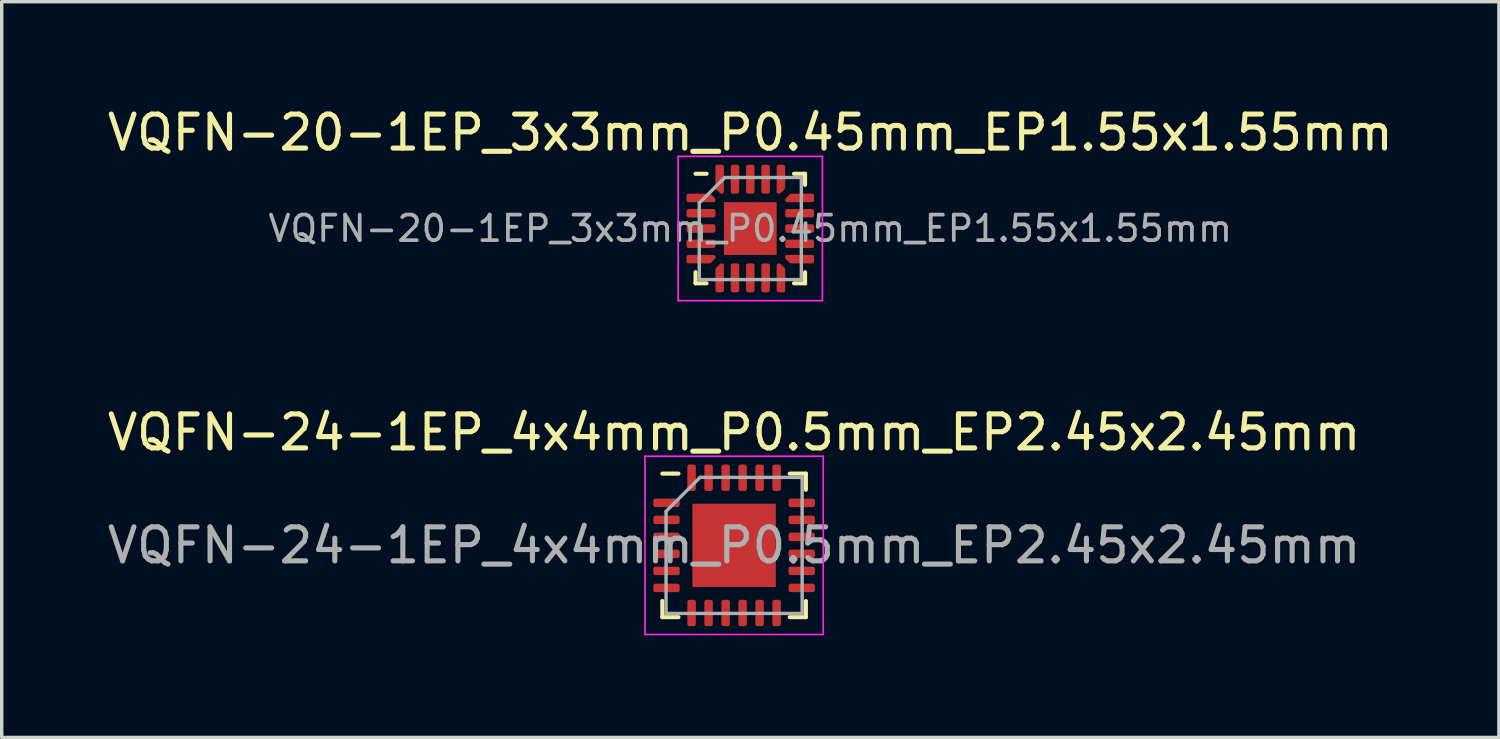
<source format=kicad_pcb>
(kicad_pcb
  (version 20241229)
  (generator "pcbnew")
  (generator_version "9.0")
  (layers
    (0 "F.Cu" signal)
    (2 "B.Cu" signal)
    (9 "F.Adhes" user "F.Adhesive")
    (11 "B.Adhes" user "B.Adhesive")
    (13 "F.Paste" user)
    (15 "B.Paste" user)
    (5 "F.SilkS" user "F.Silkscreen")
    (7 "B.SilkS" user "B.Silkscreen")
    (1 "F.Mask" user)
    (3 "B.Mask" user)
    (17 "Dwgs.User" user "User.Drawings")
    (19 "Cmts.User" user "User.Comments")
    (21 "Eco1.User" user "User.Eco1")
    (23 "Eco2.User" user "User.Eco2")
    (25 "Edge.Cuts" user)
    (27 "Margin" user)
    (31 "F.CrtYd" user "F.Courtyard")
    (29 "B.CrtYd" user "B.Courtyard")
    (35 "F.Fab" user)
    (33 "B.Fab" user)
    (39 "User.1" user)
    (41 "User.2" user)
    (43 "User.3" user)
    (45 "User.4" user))
  (footprint "VQFN-24-1EP_4x4mm_P0.5mm_EP2.45x2.45mm"
    (layer "F.Cu")
    (at 18.53 12.982)
    (property "Reference" "VQFN-24-1EP_4x4mm_P0.5mm_EP2.45x2.45mm" (at 0 -3.32 0) (layer "F.SilkS") (effects (font (size 1 1) (thickness 0.15))))
    (attr smd)
    (fp_line (start -2.11 2.11) (end -2.11 1.635) (stroke (width 0.12) (type solid)) (layer "F.SilkS"))
    (fp_line (start -1.635 -2.11) (end -2.11 -2.11) (stroke (width 0.12) (type solid)) (layer "F.SilkS"))
    (fp_line (start -1.635 2.11) (end -2.11 2.11) (stroke (width 0.12) (type solid)) (layer "F.SilkS"))
    (fp_line (start 1.635 -2.11) (end 2.11 -2.11) (stroke (width 0.12) (type solid)) (layer "F.SilkS"))
    (fp_line (start 1.635 2.11) (end 2.11 2.11) (stroke (width 0.12) (type solid)) (layer "F.SilkS"))
    (fp_line (start 2.11 -2.11) (end 2.11 -1.635) (stroke (width 0.12) (type solid)) (layer "F.SilkS"))
    (fp_line (start 2.11 2.11) (end 2.11 1.635) (stroke (width 0.12) (type solid)) (layer "F.SilkS"))
    (fp_line (start -2.62 -2.62) (end -2.62 2.62) (stroke (width 0.05) (type solid)) (layer "F.CrtYd"))
    (fp_line (start -2.62 2.62) (end 2.62 2.62) (stroke (width 0.05) (type solid)) (layer "F.CrtYd"))
    (fp_line (start 2.62 -2.62) (end -2.62 -2.62) (stroke (width 0.05) (type solid)) (layer "F.CrtYd"))
    (fp_line (start 2.62 2.62) (end 2.62 -2.62) (stroke (width 0.05) (type solid)) (layer "F.CrtYd"))
    (fp_line (start -2 -1) (end -1 -2) (stroke (width 0.1) (type solid)) (layer "F.Fab"))
    (fp_line (start -2 2) (end -2 -1) (stroke (width 0.1) (type solid)) (layer "F.Fab"))
    (fp_line (start -1 -2) (end 2 -2) (stroke (width 0.1) (type solid)) (layer "F.Fab"))
    (fp_line (start 2 -2) (end 2 2) (stroke (width 0.1) (type solid)) (layer "F.Fab"))
    (fp_line (start 2 2) (end -2 2) (stroke (width 0.1) (type solid)) (layer "F.Fab"))
    (fp_text user "${REFERENCE}" (at 0 0 0) (layer "F.Fab") (effects (font (size 1 1) (thickness 0.15))))
    (pad "" smd roundrect (at -0.82 -0.82) (size 0.66 0.66) (layers "F.Paste") (roundrect_rratio 0.25))
    (pad "" smd roundrect (at -0.82 0) (size 0.66 0.66) (layers "F.Paste") (roundrect_rratio 0.25))
    (pad "" smd roundrect (at -0.82 0.82) (size 0.66 0.66) (layers "F.Paste") (roundrect_rratio 0.25))
    (pad "" smd roundrect (at 0 -0.82) (size 0.66 0.66) (layers "F.Paste") (roundrect_rratio 0.25))
    (pad "" smd roundrect (at 0 0) (size 0.66 0.66) (layers "F.Paste") (roundrect_rratio 0.25))
    (pad "" smd roundrect (at 0 0.82) (size 0.66 0.66) (layers "F.Paste") (roundrect_rratio 0.25))
    (pad "" smd roundrect (at 0.82 -0.82) (size 0.66 0.66) (layers "F.Paste") (roundrect_rratio 0.25))
    (pad "" smd roundrect (at 0.82 0) (size 0.66 0.66) (layers "F.Paste") (roundrect_rratio 0.25))
    (pad "" smd roundrect (at 0.82 0.82) (size 0.66 0.66) (layers "F.Paste") (roundrect_rratio 0.25))
    (pad "1" smd roundrect (at -1.988 -1.25) (size 0.775 0.25) (layers "F.Cu" "F.Mask" "F.Paste") (roundrect_rratio 0.25))
    (pad "2" smd roundrect (at -1.988 -0.75) (size 0.775 0.25) (layers "F.Cu" "F.Mask" "F.Paste") (roundrect_rratio 0.25))
    (pad "3" smd roundrect (at -1.988 -0.25) (size 0.775 0.25) (layers "F.Cu" "F.Mask" "F.Paste") (roundrect_rratio 0.25))
    (pad "4" smd roundrect (at -1.988 0.25) (size 0.775 0.25) (layers "F.Cu" "F.Mask" "F.Paste") (roundrect_rratio 0.25))
    (pad "5" smd roundrect (at -1.988 0.75) (size 0.775 0.25) (layers "F.Cu" "F.Mask" "F.Paste") (roundrect_rratio 0.25))
    (pad "6" smd roundrect (at -1.988 1.25) (size 0.775 0.25) (layers "F.Cu" "F.Mask" "F.Paste") (roundrect_rratio 0.25))
    (pad "7" smd roundrect (at -1.25 1.988) (size 0.25 0.775) (layers "F.Cu" "F.Mask" "F.Paste") (roundrect_rratio 0.25))
    (pad "8" smd roundrect (at -0.75 1.988) (size 0.25 0.775) (layers "F.Cu" "F.Mask" "F.Paste") (roundrect_rratio 0.25))
    (pad "9" smd roundrect (at -0.25 1.988) (size 0.25 0.775) (layers "F.Cu" "F.Mask" "F.Paste") (roundrect_rratio 0.25))
    (pad "10" smd roundrect (at 0.25 1.988) (size 0.25 0.775) (layers "F.Cu" "F.Mask" "F.Paste") (roundrect_rratio 0.25))
    (pad "11" smd roundrect (at 0.75 1.988) (size 0.25 0.775) (layers "F.Cu" "F.Mask" "F.Paste") (roundrect_rratio 0.25))
    (pad "12" smd roundrect (at 1.25 1.988) (size 0.25 0.775) (layers "F.Cu" "F.Mask" "F.Paste") (roundrect_rratio 0.25))
    (pad "13" smd roundrect (at 1.988 1.25) (size 0.775 0.25) (layers "F.Cu" "F.Mask" "F.Paste") (roundrect_rratio 0.25))
    (pad "14" smd roundrect (at 1.988 0.75) (size 0.775 0.25) (layers "F.Cu" "F.Mask" "F.Paste") (roundrect_rratio 0.25))
    (pad "15" smd roundrect (at 1.988 0.25) (size 0.775 0.25) (layers "F.Cu" "F.Mask" "F.Paste") (roundrect_rratio 0.25))
    (pad "16" smd roundrect (at 1.988 -0.25) (size 0.775 0.25) (layers "F.Cu" "F.Mask" "F.Paste") (roundrect_rratio 0.25))
    (pad "17" smd roundrect (at 1.988 -0.75) (size 0.775 0.25) (layers "F.Cu" "F.Mask" "F.Paste") (roundrect_rratio 0.25))
    (pad "18" smd roundrect (at 1.988 -1.25) (size 0.775 0.25) (layers "F.Cu" "F.Mask" "F.Paste") (roundrect_rratio 0.25))
    (pad "19" smd roundrect (at 1.25 -1.988) (size 0.25 0.775) (layers "F.Cu" "F.Mask" "F.Paste") (roundrect_rratio 0.25))
    (pad "20" smd roundrect (at 0.75 -1.988) (size 0.25 0.775) (layers "F.Cu" "F.Mask" "F.Paste") (roundrect_rratio 0.25))
    (pad "21" smd roundrect (at 0.25 -1.988) (size 0.25 0.775) (layers "F.Cu" "F.Mask" "F.Paste") (roundrect_rratio 0.25))
    (pad "22" smd roundrect (at -0.25 -1.988) (size 0.25 0.775) (layers "F.Cu" "F.Mask" "F.Paste") (roundrect_rratio 0.25))
    (pad "23" smd roundrect (at -0.75 -1.988) (size 0.25 0.775) (layers "F.Cu" "F.Mask" "F.Paste") (roundrect_rratio 0.25))
    (pad "24" smd roundrect (at -1.25 -1.988) (size 0.25 0.775) (layers "F.Cu" "F.Mask" "F.Paste") (roundrect_rratio 0.25))
    (pad "25" smd rect (at 0 0) (size 2.45 2.45) (layers "F.Cu" "F.Mask")))
  (footprint "VQFN-20-1EP_3x3mm_P0.45mm_EP1.55x1.55mm"
    (layer "F.Cu")
    (at 19.006 3.668)
    (property "Reference" "VQFN-20-1EP_3x3mm_P0.45mm_EP1.55x1.55mm" (at 0 -2.82 0) (layer "F.SilkS") (effects (font (size 1 1) (thickness 0.15))))
    (attr smd)
    (fp_line (start -1.61 1.61) (end -1.61 1.285) (stroke (width 0.12) (type solid)) (layer "F.SilkS"))
    (fp_line (start -1.285 -1.61) (end -1.61 -1.61) (stroke (width 0.12) (type solid)) (layer "F.SilkS"))
    (fp_line (start -1.285 1.61) (end -1.61 1.61) (stroke (width 0.12) (type solid)) (layer "F.SilkS"))
    (fp_line (start 1.285 -1.61) (end 1.61 -1.61) (stroke (width 0.12) (type solid)) (layer "F.SilkS"))
    (fp_line (start 1.285 1.61) (end 1.61 1.61) (stroke (width 0.12) (type solid)) (layer "F.SilkS"))
    (fp_line (start 1.61 -1.61) (end 1.61 -1.285) (stroke (width 0.12) (type solid)) (layer "F.SilkS"))
    (fp_line (start 1.61 1.61) (end 1.61 1.285) (stroke (width 0.12) (type solid)) (layer "F.SilkS"))
    (fp_line (start -2.12 -2.12) (end -2.12 2.12) (stroke (width 0.05) (type solid)) (layer "F.CrtYd"))
    (fp_line (start -2.12 2.12) (end 2.12 2.12) (stroke (width 0.05) (type solid)) (layer "F.CrtYd"))
    (fp_line (start 2.12 -2.12) (end -2.12 -2.12) (stroke (width 0.05) (type solid)) (layer "F.CrtYd"))
    (fp_line (start 2.12 2.12) (end 2.12 -2.12) (stroke (width 0.05) (type solid)) (layer "F.CrtYd"))
    (fp_line (start -1.5 -0.75) (end -0.75 -1.5) (stroke (width 0.1) (type solid)) (layer "F.Fab"))
    (fp_line (start -1.5 1.5) (end -1.5 -0.75) (stroke (width 0.1) (type solid)) (layer "F.Fab"))
    (fp_line (start -0.75 -1.5) (end 1.5 -1.5) (stroke (width 0.1) (type solid)) (layer "F.Fab"))
    (fp_line (start 1.5 -1.5) (end 1.5 1.5) (stroke (width 0.1) (type solid)) (layer "F.Fab"))
    (fp_line (start 1.5 1.5) (end -1.5 1.5) (stroke (width 0.1) (type solid)) (layer "F.Fab"))
    (fp_text user "${REFERENCE}" (at 0 0 0) (layer "F.Fab") (effects (font (size 0.75 0.75) (thickness 0.11))))
    (pad "" smd roundrect (at -0.39 -0.39) (size 0.62 0.62) (layers "F.Paste") (roundrect_rratio 0.25))
    (pad "" smd roundrect (at -0.39 0.39) (size 0.62 0.62) (layers "F.Paste") (roundrect_rratio 0.25))
    (pad "" smd roundrect (at 0.39 -0.39) (size 0.62 0.62) (layers "F.Paste") (roundrect_rratio 0.25))
    (pad "" smd roundrect (at 0.39 0.39) (size 0.62 0.62) (layers "F.Paste") (roundrect_rratio 0.25))
    (pad "1" smd custom (at -1.45 -0.9) (size 0.144 0.144) (layers "F.Cu" "F.Mask" "F.Paste") (options (anchor circle)) (primitives (gr_poly (pts (xy 0.375 0.046) (xy 0.375 0.075) (xy -0.375 0.075) (xy -0.375 -0.075) (xy 0.254 -0.075)) (width 0.1) (fill yes))))
    (pad "2" smd roundrect (at -1.45 -0.45) (size 0.85 0.25) (layers "F.Cu" "F.Mask" "F.Paste") (roundrect_rratio 0.25))
    (pad "3" smd roundrect (at -1.45 0) (size 0.85 0.25) (layers "F.Cu" "F.Mask" "F.Paste") (roundrect_rratio 0.25))
    (pad "4" smd roundrect (at -1.45 0.45) (size 0.85 0.25) (layers "F.Cu" "F.Mask" "F.Paste") (roundrect_rratio 0.25))
    (pad "5" smd custom (at -1.45 0.9) (size 0.144 0.144) (layers "F.Cu" "F.Mask" "F.Paste") (options (anchor circle)) (primitives (gr_poly (pts (xy 0.375 -0.046) (xy 0.254 0.075) (xy -0.375 0.075) (xy -0.375 -0.075) (xy 0.375 -0.075)) (width 0.1) (fill yes))))
    (pad "6" smd custom (at -0.9 1.45) (size 0.144 0.144) (layers "F.Cu" "F.Mask" "F.Paste") (options (anchor circle)) (primitives (gr_poly (pts (xy 0.075 0.375) (xy -0.075 0.375) (xy -0.075 -0.254) (xy 0.046 -0.375) (xy 0.075 -0.375)) (width 0.1) (fill yes))))
    (pad "7" smd roundrect (at -0.45 1.45) (size 0.25 0.85) (layers "F.Cu" "F.Mask" "F.Paste") (roundrect_rratio 0.25))
    (pad "8" smd roundrect (at 0 1.45) (size 0.25 0.85) (layers "F.Cu" "F.Mask" "F.Paste") (roundrect_rratio 0.25))
    (pad "9" smd roundrect (at 0.45 1.45) (size 0.25 0.85) (layers "F.Cu" "F.Mask" "F.Paste") (roundrect_rratio 0.25))
    (pad "10" smd custom (at 0.9 1.45) (size 0.144 0.144) (layers "F.Cu" "F.Mask" "F.Paste") (options (anchor circle)) (primitives (gr_poly (pts (xy 0.075 -0.254) (xy 0.075 0.375) (xy -0.075 0.375) (xy -0.075 -0.375) (xy -0.046 -0.375)) (width 0.1) (fill yes))))
    (pad "11" smd custom (at 1.45 0.9) (size 0.144 0.144) (layers "F.Cu" "F.Mask" "F.Paste") (options (anchor circle)) (primitives (gr_poly (pts (xy 0.375 0.075) (xy -0.254 0.075) (xy -0.375 -0.046) (xy -0.375 -0.075) (xy 0.375 -0.075)) (width 0.1) (fill yes))))
    (pad "12" smd roundrect (at 1.45 0.45) (size 0.85 0.25) (layers "F.Cu" "F.Mask" "F.Paste") (roundrect_rratio 0.25))
    (pad "13" smd roundrect (at 1.45 0) (size 0.85 0.25) (layers "F.Cu" "F.Mask" "F.Paste") (roundrect_rratio 0.25))
    (pad "14" smd roundrect (at 1.45 -0.45) (size 0.85 0.25) (layers "F.Cu" "F.Mask" "F.Paste") (roundrect_rratio 0.25))
    (pad "15" smd custom (at 1.45 -0.9) (size 0.144 0.144) (layers "F.Cu" "F.Mask" "F.Paste") (options (anchor circle)) (primitives (gr_poly (pts (xy 0.375 0.075) (xy -0.375 0.075) (xy -0.375 0.046) (xy -0.254 -0.075) (xy 0.375 -0.075)) (width 0.1) (fill yes))))
    (pad "16" smd custom (at 0.9 -1.45) (size 0.144 0.144) (layers "F.Cu" "F.Mask" "F.Paste") (options (anchor circle)) (primitives (gr_poly (pts (xy 0.075 0.254) (xy -0.046 0.375) (xy -0.075 0.375) (xy -0.075 -0.375) (xy 0.075 -0.375)) (width 0.1) (fill yes))))
    (pad "17" smd roundrect (at 0.45 -1.45) (size 0.25 0.85) (layers "F.Cu" "F.Mask" "F.Paste") (roundrect_rratio 0.25))
    (pad "18" smd roundrect (at 0 -1.45) (size 0.25 0.85) (layers "F.Cu" "F.Mask" "F.Paste") (roundrect_rratio 0.25))
    (pad "19" smd roundrect (at -0.45 -1.45) (size 0.25 0.85) (layers "F.Cu" "F.Mask" "F.Paste") (roundrect_rratio 0.25))
    (pad "20" smd custom (at -0.9 -1.45) (size 0.144 0.144) (layers "F.Cu" "F.Mask" "F.Paste") (options (anchor circle)) (primitives (gr_poly (pts (xy 0.075 0.375) (xy 0.046 0.375) (xy -0.075 0.254) (xy -0.075 -0.375) (xy 0.075 -0.375)) (width 0.1) (fill yes))))
    (pad "21" smd rect (at 0 0) (size 1.55 1.55) (layers "F.Cu" "F.Mask")))
  (gr_rect
    (start -3 -3)
    (end 41.012 18.627)
    (stroke (width 0.1) (type default))
    (fill no)
    (layer "Edge.Cuts")))
</source>
